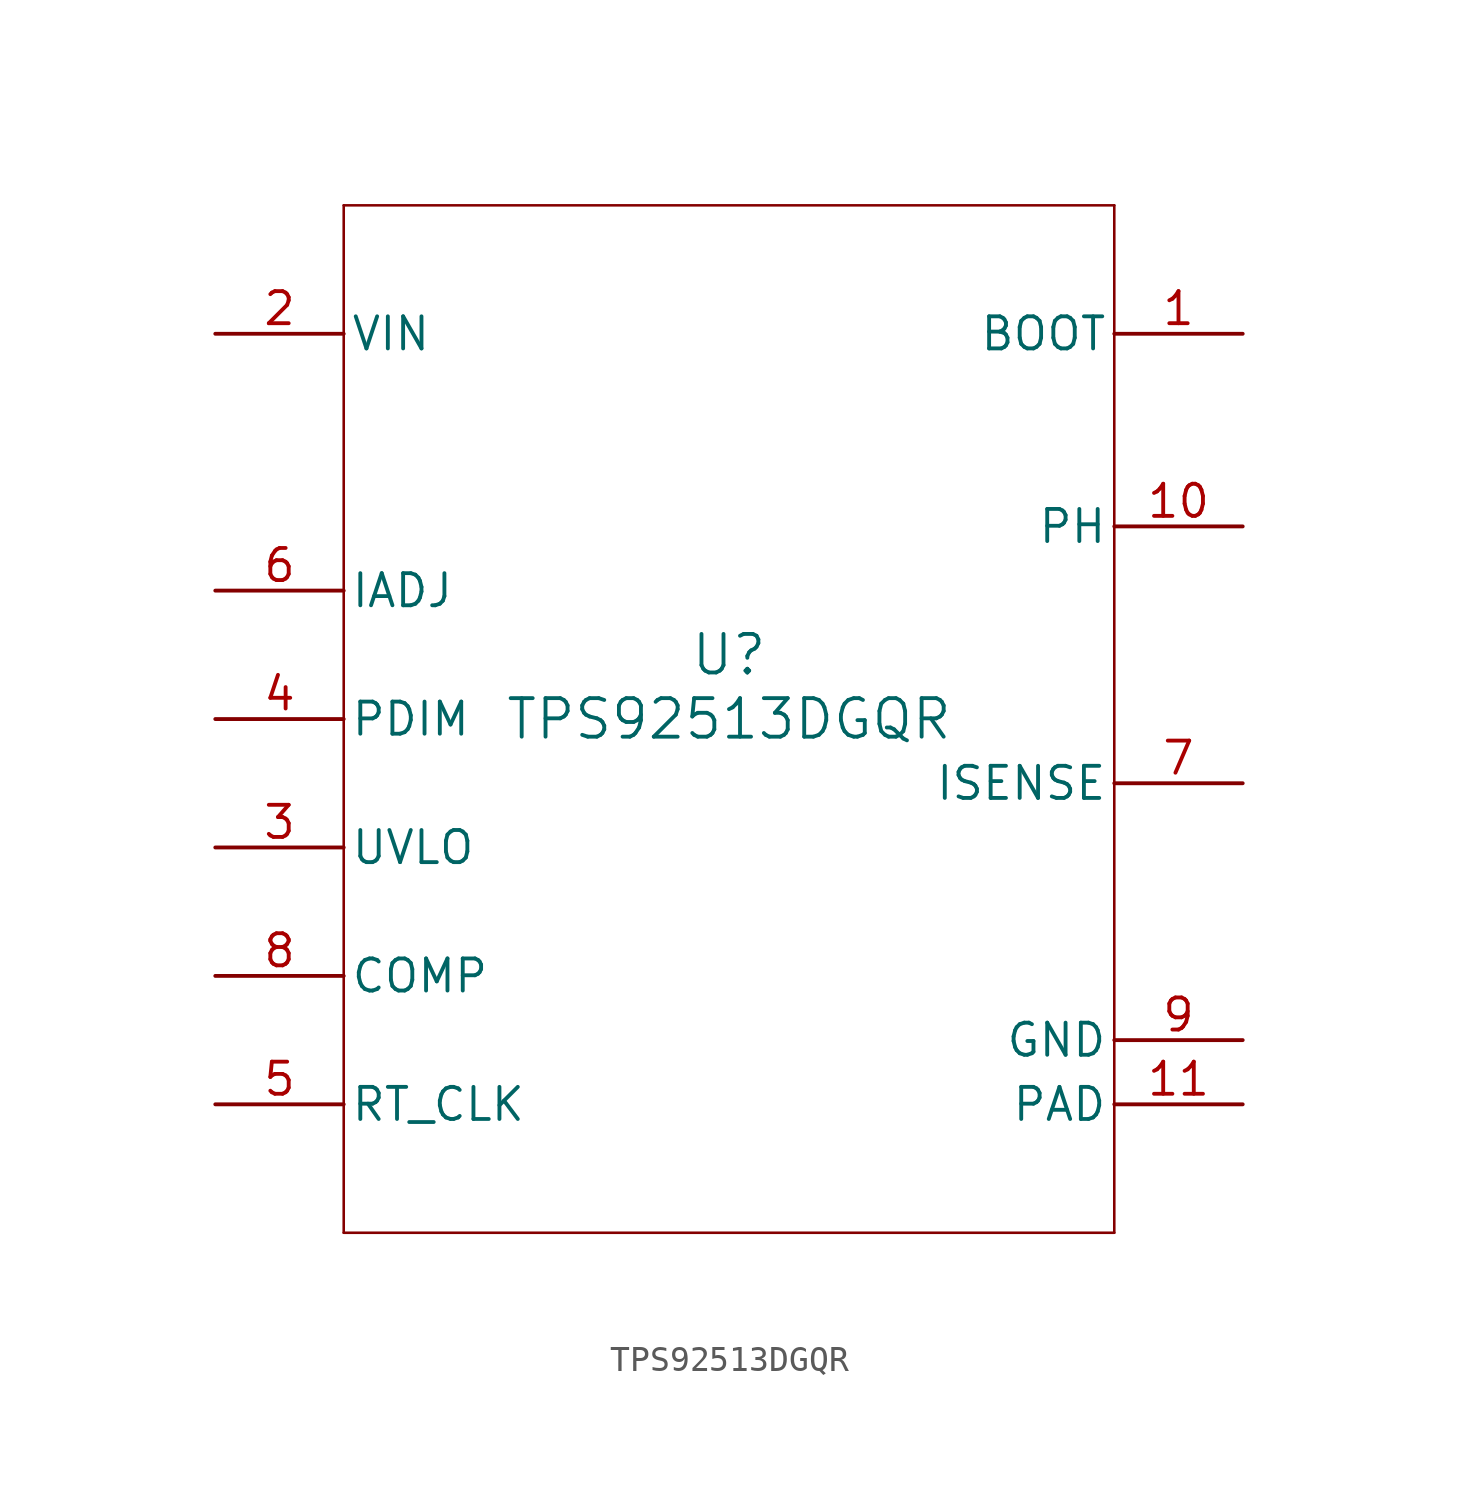
<source format=kicad_sym>
(kicad_symbol_lib
  (version 20241209)
  (generator "kicad_symbol_editor")
  (generator_version "9.0")
  (symbol "TPS92513DGQR"
    (pin_names
      (offset 0.254))
    (property "Reference" "U"
      (at 0 2.54 0)
      (effects (font (size 1.524 1.524))))
    (property "Value" "TPS92513DGQR"
      (at 0 0 0)
      (effects (font (size 1.524 1.524))))
    (property "ki_locked" ""
      (at 0 0 0)
      (effects (font (size 1.27 1.27))))
    (symbol "TPS92513DGQR_0_1"
      (polyline (pts (xy -15.24 20.32) (xy -15.24 -20.32)) (stroke (width 0.102) (type default)) (fill (type none)))
      (polyline (pts (xy -15.24 -20.32) (xy 15.24 -20.32)) (stroke (width 0.102) (type default)) (fill (type none)))
      (polyline (pts (xy 15.24 20.32) (xy -15.24 20.32)) (stroke (width 0.102) (type default)) (fill (type none)))
      (polyline (pts (xy 15.24 -20.32) (xy 15.24 20.32)) (stroke (width 0.102) (type default)) (fill (type none)))
      (pin power_in line (at -20.32 15.24 0) (length 5.08) (name "VIN" (effects (font (size 1.27 1.27)))) (number "2" (effects (font (size 1.27 1.27)))))
      (pin input line (at -20.32 5.08 0) (length 5.08) (name "IADJ" (effects (font (size 1.27 1.27)))) (number "6" (effects (font (size 1.27 1.27)))))
      (pin input line (at -20.32 0 0) (length 5.08) (name "PDIM" (effects (font (size 1.27 1.27)))) (number "4" (effects (font (size 1.27 1.27)))))
      (pin input line (at -20.32 -5.08 0) (length 5.08) (name "UVLO" (effects (font (size 1.27 1.27)))) (number "3" (effects (font (size 1.27 1.27)))))
      (pin output line (at -20.32 -10.16 0) (length 5.08) (name "COMP" (effects (font (size 1.27 1.27)))) (number "8" (effects (font (size 1.27 1.27)))))
      (pin input line (at -20.32 -15.24 0) (length 5.08) (name "RT_CLK" (effects (font (size 1.27 1.27)))) (number "5" (effects (font (size 1.27 1.27)))))
      (pin power_in line (at 20.32 15.24 180) (length 5.08) (name "BOOT" (effects (font (size 1.27 1.27)))) (number "1" (effects (font (size 1.27 1.27)))))
      (pin power_in line (at 20.32 7.62 180) (length 5.08) (name "PH" (effects (font (size 1.27 1.27)))) (number "10" (effects (font (size 1.27 1.27)))))
      (pin input line (at 20.32 -2.54 180) (length 5.08) (name "ISENSE" (effects (font (size 1.27 1.27)))) (number "7" (effects (font (size 1.27 1.27)))))
      (pin power_in line (at 20.32 -12.7 180) (length 5.08) (name "GND" (effects (font (size 1.27 1.27)))) (number "9" (effects (font (size 1.27 1.27)))))
      (pin power_in line (at 20.32 -15.24 180) (length 5.08) (name "PAD" (effects (font (size 1.27 1.27)))) (number "11" (effects (font (size 1.27 1.27))))))))
</source>
